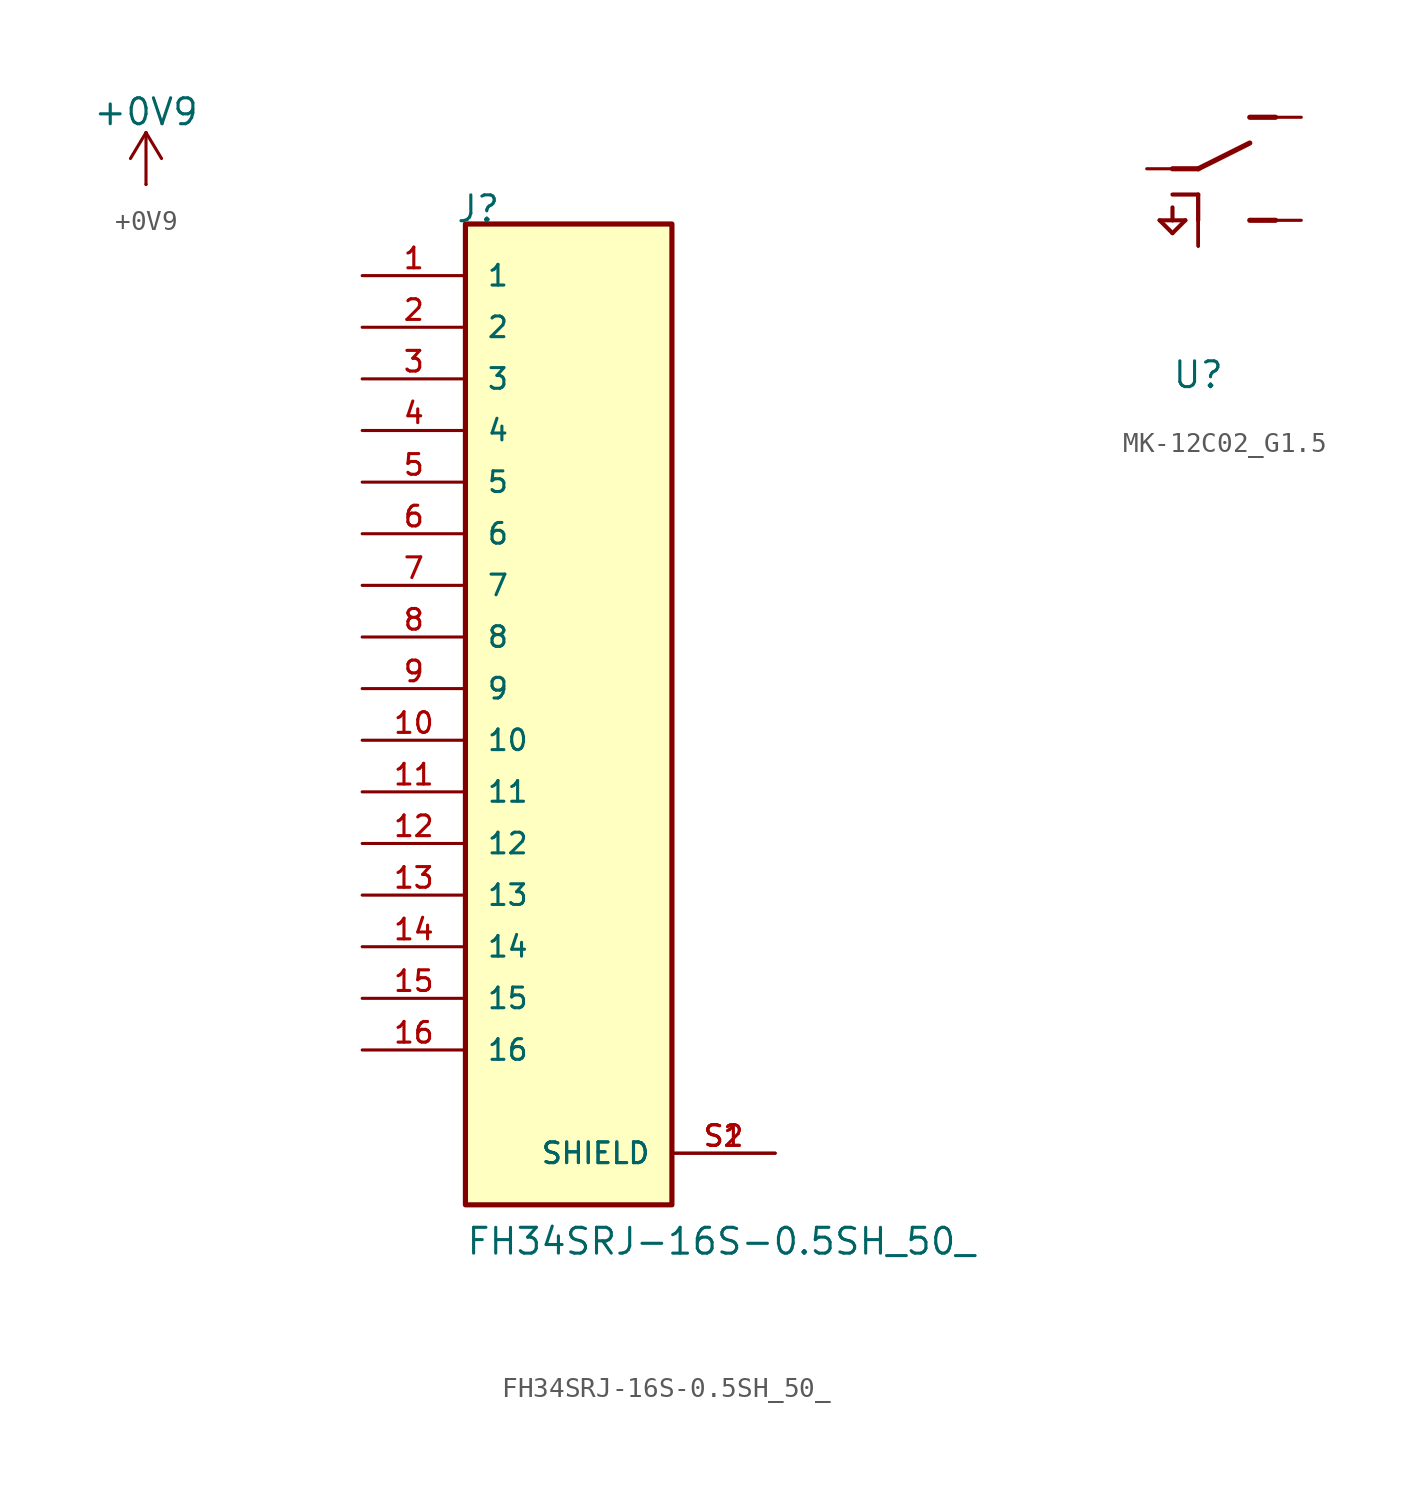
<source format=kicad_sym>
(kicad_symbol_lib
  (version 20241209)
  (generator "kicad_symbol_editor")
  (generator_version "9.0")
  (symbol "+0V9"
    (power)
    (pin_numbers
      (hide yes))
    (pin_names
      (offset 0)
      (hide yes))
    (property "Reference" "#PWR"
      (at 0 -3.81 0)
      (effects (font (size 1.27 1.27)) (hide yes)))
    (property "Value" "+0V9"
      (at 0 3.556 0)
      (effects (font (size 1.27 1.27))))
    (symbol "+0V9_0_1"
      (polyline (pts (xy -0.762 1.27) (xy 0 2.54)) (stroke (width 0) (type default)) (fill (type none)))
      (polyline (pts (xy 0 2.54) (xy 0.762 1.27)) (stroke (width 0) (type default)) (fill (type none)))
      (polyline (pts (xy 0 0) (xy 0 2.54)) (stroke (width 0) (type default)) (fill (type none))))
    (symbol "+0V9_1_1"
      (pin power_in line (at 0 0 90) (length 0) (name "~" (effects (font (size 1.27 1.27)))) (number "1" (effects (font (size 1.27 1.27)))))))
  (symbol "FH34SRJ-16S-0.5SH_50_"
    (pin_names
      (offset 1.016))
    (property "Reference" "J"
      (at -5.58 22.86 0)
      (effects (font (size 1.27 1.27)) (justify left bottom)))
    (property "Value" "FH34SRJ-16S-0.5SH_50_"
      (at -5.08 -27.94 0)
      (effects (font (size 1.27 1.27)) (justify left bottom)))
    (symbol "FH34SRJ-16S-0.5SH_50__0_0"
      (rectangle (start -5.08 -25.4) (end 5.08 22.86) (stroke (width 0.254) (type default)) (fill (type background)))
      (pin passive line (at -10.16 20.32 0) (length 5.08) (name "1" (effects (font (size 1.016 1.016)))) (number "1" (effects (font (size 1.016 1.016)))))
      (pin passive line (at -10.16 17.78 0) (length 5.08) (name "2" (effects (font (size 1.016 1.016)))) (number "2" (effects (font (size 1.016 1.016)))))
      (pin passive line (at -10.16 15.24 0) (length 5.08) (name "3" (effects (font (size 1.016 1.016)))) (number "3" (effects (font (size 1.016 1.016)))))
      (pin passive line (at -10.16 12.7 0) (length 5.08) (name "4" (effects (font (size 1.016 1.016)))) (number "4" (effects (font (size 1.016 1.016)))))
      (pin passive line (at -10.16 10.16 0) (length 5.08) (name "5" (effects (font (size 1.016 1.016)))) (number "5" (effects (font (size 1.016 1.016)))))
      (pin passive line (at -10.16 7.62 0) (length 5.08) (name "6" (effects (font (size 1.016 1.016)))) (number "6" (effects (font (size 1.016 1.016)))))
      (pin passive line (at -10.16 5.08 0) (length 5.08) (name "7" (effects (font (size 1.016 1.016)))) (number "7" (effects (font (size 1.016 1.016)))))
      (pin passive line (at -10.16 2.54 0) (length 5.08) (name "8" (effects (font (size 1.016 1.016)))) (number "8" (effects (font (size 1.016 1.016)))))
      (pin passive line (at -10.16 0 0) (length 5.08) (name "9" (effects (font (size 1.016 1.016)))) (number "9" (effects (font (size 1.016 1.016)))))
      (pin passive line (at -10.16 -2.54 0) (length 5.08) (name "10" (effects (font (size 1.016 1.016)))) (number "10" (effects (font (size 1.016 1.016)))))
      (pin passive line (at -10.16 -5.08 0) (length 5.08) (name "11" (effects (font (size 1.016 1.016)))) (number "11" (effects (font (size 1.016 1.016)))))
      (pin passive line (at -10.16 -7.62 0) (length 5.08) (name "12" (effects (font (size 1.016 1.016)))) (number "12" (effects (font (size 1.016 1.016)))))
      (pin passive line (at -10.16 -10.16 0) (length 5.08) (name "13" (effects (font (size 1.016 1.016)))) (number "13" (effects (font (size 1.016 1.016)))))
      (pin passive line (at -10.16 -12.7 0) (length 5.08) (name "14" (effects (font (size 1.016 1.016)))) (number "14" (effects (font (size 1.016 1.016)))))
      (pin passive line (at -10.16 -15.24 0) (length 5.08) (name "15" (effects (font (size 1.016 1.016)))) (number "15" (effects (font (size 1.016 1.016)))))
      (pin passive line (at -10.16 -17.78 0) (length 5.08) (name "16" (effects (font (size 1.016 1.016)))) (number "16" (effects (font (size 1.016 1.016)))))
      (pin passive line (at 10.16 -22.86 180) (length 5.08) (name "SHIELD" (effects (font (size 1.016 1.016)))) (number "S1" (effects (font (size 1.016 1.016)))))
      (pin passive line (at 10.16 -22.86 180) (length 5.08) (name "SHIELD" (effects (font (size 1.016 1.016)))) (number "S2" (effects (font (size 1.016 1.016)))))))
  (symbol "MK-12C02_G1.5"
    (property "Reference" "U"
      (at 0 0 0)
      (effects (font (size 1.27 1.27))))
    (property "Value" ""
      (at 0 0 0)
      (effects (font (size 1.27 1.27))))
    (symbol "MK-12C02_G1.5_1_0"
      (polyline (pts (xy -1.27 8.89) (xy 0 8.89)) (stroke (width 0.203) (type solid)) (fill (type none)))
      (polyline (pts (xy -1.27 7.62) (xy -1.905 7.62)) (stroke (width 0.203) (type solid)) (fill (type none)))
      (polyline (pts (xy -1.27 7.62) (xy -1.27 8.255)) (stroke (width 0.203) (type solid)) (fill (type none)))
      (polyline (pts (xy -1.27 6.985) (xy -1.905 7.62)) (stroke (width 0.203) (type solid)) (fill (type none)))
      (polyline (pts (xy -0.635 7.62) (xy -1.27 7.62)) (stroke (width 0.203) (type solid)) (fill (type none)))
      (polyline (pts (xy -0.635 7.62) (xy -1.27 6.985)) (stroke (width 0.203) (type solid)) (fill (type none)))
      (polyline (pts (xy 0 10.16) (xy -1.27 10.16)) (stroke (width 0.254) (type solid)) (fill (type none)))
      (polyline (pts (xy 0 10.16) (xy 2.54 11.43)) (stroke (width 0.254) (type solid)) (fill (type none)))
      (polyline (pts (xy 0 8.89) (xy 0 7.62)) (stroke (width 0.203) (type solid)) (fill (type none)))
      (polyline (pts (xy 2.54 7.62) (xy 3.81 7.62)) (stroke (width 0.254) (type solid)) (fill (type none)))
      (polyline (pts (xy 3.81 12.7) (xy 2.54 12.7)) (stroke (width 0.254) (type solid)) (fill (type none)))
      (pin passive line (at -2.54 10.16 0) (length 2.54) (name "COM" (effects (font (size 0 0)))) (number "2" (effects (font (size 0 0)))))
      (pin passive line (at 0 6.35 90) (length 2.54) (name "SS2" (effects (font (size 0 0)))) (number "P1" (effects (font (size 0 0)))))
      (pin passive line (at 0 6.35 90) (length 2.54) (name "SS2" (effects (font (size 0 0)))) (number "P2" (effects (font (size 0 0)))))
      (pin passive line (at 0 6.35 90) (length 2.54) (name "SS2" (effects (font (size 0 0)))) (number "P3" (effects (font (size 0 0)))))
      (pin passive line (at 0 6.35 90) (length 2.54) (name "SS2" (effects (font (size 0 0)))) (number "P4" (effects (font (size 0 0)))))
      (pin passive line (at 5.08 12.7 180) (length 2.54) (name "A" (effects (font (size 0 0)))) (number "1" (effects (font (size 0 0)))))
      (pin passive line (at 5.08 7.62 180) (length 2.54) (name "B" (effects (font (size 0 0)))) (number "3" (effects (font (size 0 0))))))))
</source>
